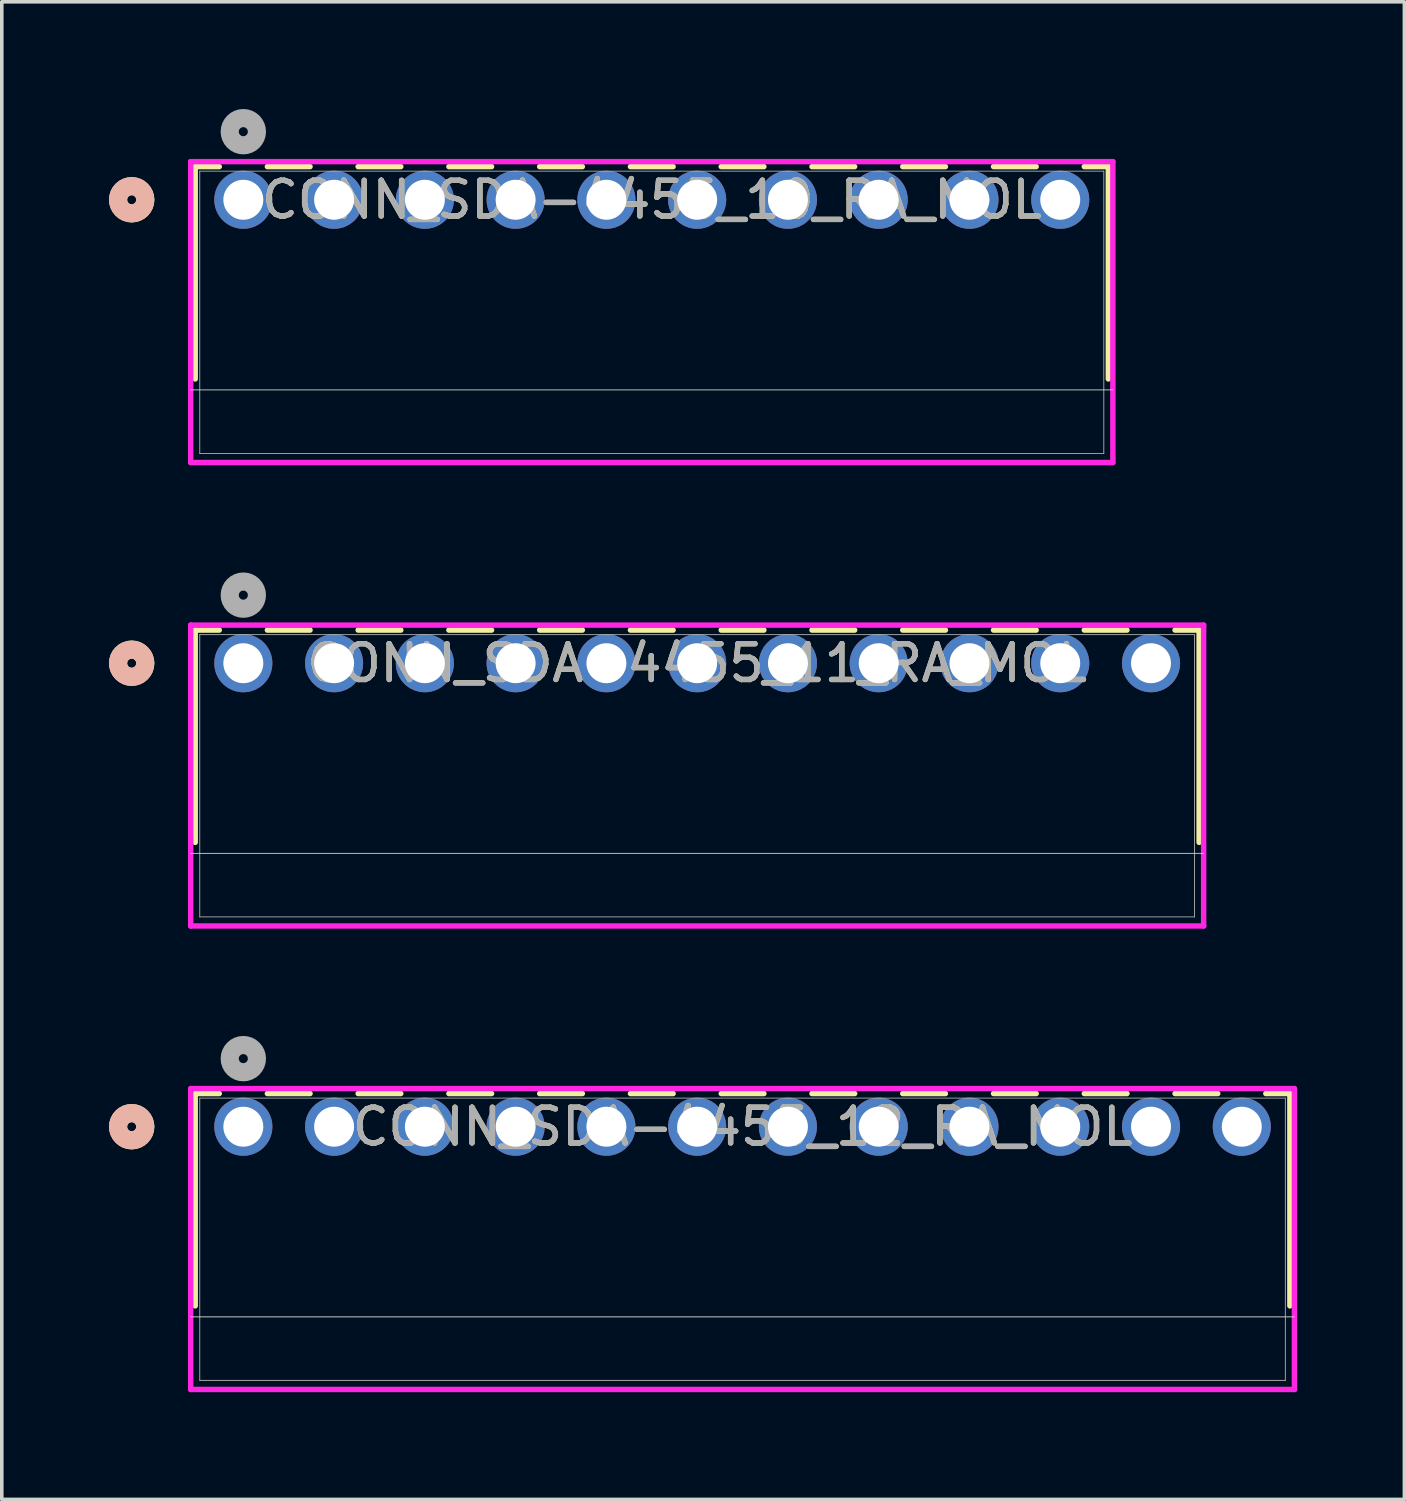
<source format=kicad_pcb>
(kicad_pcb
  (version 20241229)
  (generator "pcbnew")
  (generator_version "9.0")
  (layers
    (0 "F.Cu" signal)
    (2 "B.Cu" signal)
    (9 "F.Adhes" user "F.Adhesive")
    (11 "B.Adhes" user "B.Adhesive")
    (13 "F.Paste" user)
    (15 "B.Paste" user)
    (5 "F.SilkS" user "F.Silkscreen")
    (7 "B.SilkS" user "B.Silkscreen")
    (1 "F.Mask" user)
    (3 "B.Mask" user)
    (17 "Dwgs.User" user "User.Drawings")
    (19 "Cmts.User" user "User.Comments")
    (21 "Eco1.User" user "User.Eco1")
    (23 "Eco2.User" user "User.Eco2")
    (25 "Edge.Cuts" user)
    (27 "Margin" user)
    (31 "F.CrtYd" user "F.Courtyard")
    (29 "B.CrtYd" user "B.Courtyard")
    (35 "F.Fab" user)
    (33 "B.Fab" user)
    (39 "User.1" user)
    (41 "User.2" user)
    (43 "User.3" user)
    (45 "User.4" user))
  (footprint "CONN_SDA-4455_12_RA_MOL"
    (layer "F.Cu")
    (at 3.759 28.479)
    (property "Reference" "CONN_SDA-4455_12_RA_MOL" (at 13.97 0 0) (unlocked yes) (layer "F.SilkS") (effects (font (size 1 1) (thickness 0.15))))
    (attr through_hole)
    (fp_line (start -1.346 -0.927) (end -1.346 5.014) (stroke (width 0.152) (type solid)) (layer "F.SilkS"))
    (fp_line (start -0.673 -0.927) (end -1.346 -0.927) (stroke (width 0.152) (type solid)) (layer "F.SilkS"))
    (fp_line (start 1.867 -0.927) (end 0.673 -0.927) (stroke (width 0.152) (type solid)) (layer "F.SilkS"))
    (fp_line (start 4.407 -0.927) (end 3.213 -0.927) (stroke (width 0.152) (type solid)) (layer "F.SilkS"))
    (fp_line (start 6.947 -0.927) (end 5.753 -0.927) (stroke (width 0.152) (type solid)) (layer "F.SilkS"))
    (fp_line (start 9.487 -0.927) (end 8.293 -0.927) (stroke (width 0.152) (type solid)) (layer "F.SilkS"))
    (fp_line (start 12.027 -0.927) (end 10.833 -0.927) (stroke (width 0.152) (type solid)) (layer "F.SilkS"))
    (fp_line (start 14.567 -0.927) (end 13.373 -0.927) (stroke (width 0.152) (type solid)) (layer "F.SilkS"))
    (fp_line (start 17.107 -0.927) (end 15.913 -0.927) (stroke (width 0.152) (type solid)) (layer "F.SilkS"))
    (fp_line (start 19.647 -0.927) (end 18.453 -0.927) (stroke (width 0.152) (type solid)) (layer "F.SilkS"))
    (fp_line (start 22.187 -0.927) (end 20.993 -0.927) (stroke (width 0.152) (type solid)) (layer "F.SilkS"))
    (fp_line (start 24.727 -0.927) (end 23.533 -0.927) (stroke (width 0.152) (type solid)) (layer "F.SilkS"))
    (fp_line (start 27.267 -0.927) (end 26.073 -0.927) (stroke (width 0.152) (type solid)) (layer "F.SilkS"))
    (fp_line (start 29.286 -0.927) (end 28.613 -0.927) (stroke (width 0.152) (type solid)) (layer "F.SilkS"))
    (fp_line (start 29.286 5.014) (end 29.286 -0.927) (stroke (width 0.152) (type solid)) (layer "F.SilkS"))
    (fp_circle (center -3.124 0) (end -2.743 0) (stroke (width 0.508) (type solid)) (fill no) (layer "F.SilkS"))
    (fp_circle (center -3.124 0) (end -2.743 0) (stroke (width 0.508) (type solid)) (fill no) (layer "B.SilkS"))
    (fp_line (start -1.473 5.321) (end 29.413 5.321) (stroke (width 0.025) (type solid)) (layer "Edge.Cuts"))
    (fp_line (start -1.473 -1.067) (end -1.473 7.353) (stroke (width 0.152) (type solid)) (layer "F.CrtYd"))
    (fp_line (start -1.473 7.353) (end 29.413 7.353) (stroke (width 0.152) (type solid)) (layer "F.CrtYd"))
    (fp_line (start 29.413 -1.067) (end -1.473 -1.067) (stroke (width 0.152) (type solid)) (layer "F.CrtYd"))
    (fp_line (start 29.413 7.353) (end 29.413 -1.067) (stroke (width 0.152) (type solid)) (layer "F.CrtYd"))
    (fp_line (start -1.219 -0.8) (end -1.219 7.099) (stroke (width 0.025) (type solid)) (layer "F.Fab"))
    (fp_line (start -1.219 7.099) (end 29.159 7.099) (stroke (width 0.025) (type solid)) (layer "F.Fab"))
    (fp_line (start 29.159 -0.8) (end -1.219 -0.8) (stroke (width 0.025) (type solid)) (layer "F.Fab"))
    (fp_line (start 29.159 7.099) (end 29.159 -0.8) (stroke (width 0.025) (type solid)) (layer "F.Fab"))
    (fp_circle (center 0 -1.905) (end 0.381 -1.905) (stroke (width 0.508) (type solid)) (fill no) (layer "F.Fab"))
    (fp_text user "${REFERENCE}" (at 13.97 0 0) (unlocked yes) (layer "F.Fab") (effects (font (size 1 1) (thickness 0.15))))
    (pad "1" thru_hole circle (at 0 0) (size 1.626 1.626) (drill 1.118) (layers "*.Cu" "*.Mask"))
    (pad "2" thru_hole circle (at 2.54 0) (size 1.626 1.626) (drill 1.118) (layers "*.Cu" "*.Mask"))
    (pad "3" thru_hole circle (at 5.08 0) (size 1.626 1.626) (drill 1.118) (layers "*.Cu" "*.Mask"))
    (pad "4" thru_hole circle (at 7.62 0) (size 1.626 1.626) (drill 1.118) (layers "*.Cu" "*.Mask"))
    (pad "5" thru_hole circle (at 10.16 0) (size 1.626 1.626) (drill 1.118) (layers "*.Cu" "*.Mask"))
    (pad "6" thru_hole circle (at 12.7 0) (size 1.626 1.626) (drill 1.118) (layers "*.Cu" "*.Mask"))
    (pad "7" thru_hole circle (at 15.24 0) (size 1.626 1.626) (drill 1.118) (layers "*.Cu" "*.Mask"))
    (pad "8" thru_hole circle (at 17.78 0) (size 1.626 1.626) (drill 1.118) (layers "*.Cu" "*.Mask"))
    (pad "9" thru_hole circle (at 20.32 0) (size 1.626 1.626) (drill 1.118) (layers "*.Cu" "*.Mask"))
    (pad "10" thru_hole circle (at 22.86 0) (size 1.626 1.626) (drill 1.118) (layers "*.Cu" "*.Mask"))
    (pad "11" thru_hole circle (at 25.4 0) (size 1.626 1.626) (drill 1.118) (layers "*.Cu" "*.Mask"))
    (pad "12" thru_hole circle (at 27.94 0) (size 1.626 1.626) (drill 1.118) (layers "*.Cu" "*.Mask")))
  (footprint "CONN_SDA-4455_11_RA_MOL"
    (layer "F.Cu")
    (at 3.759 15.509)
    (property "Reference" "CONN_SDA-4455_11_RA_MOL" (at 12.7 0 0) (unlocked yes) (layer "F.SilkS") (effects (font (size 1 1) (thickness 0.15))))
    (attr through_hole)
    (fp_line (start -1.346 -0.927) (end -1.346 5.014) (stroke (width 0.152) (type solid)) (layer "F.SilkS"))
    (fp_line (start -0.673 -0.927) (end -1.346 -0.927) (stroke (width 0.152) (type solid)) (layer "F.SilkS"))
    (fp_line (start 1.867 -0.927) (end 0.673 -0.927) (stroke (width 0.152) (type solid)) (layer "F.SilkS"))
    (fp_line (start 4.407 -0.927) (end 3.213 -0.927) (stroke (width 0.152) (type solid)) (layer "F.SilkS"))
    (fp_line (start 6.947 -0.927) (end 5.753 -0.927) (stroke (width 0.152) (type solid)) (layer "F.SilkS"))
    (fp_line (start 9.487 -0.927) (end 8.293 -0.927) (stroke (width 0.152) (type solid)) (layer "F.SilkS"))
    (fp_line (start 12.027 -0.927) (end 10.833 -0.927) (stroke (width 0.152) (type solid)) (layer "F.SilkS"))
    (fp_line (start 14.567 -0.927) (end 13.373 -0.927) (stroke (width 0.152) (type solid)) (layer "F.SilkS"))
    (fp_line (start 17.107 -0.927) (end 15.913 -0.927) (stroke (width 0.152) (type solid)) (layer "F.SilkS"))
    (fp_line (start 19.647 -0.927) (end 18.453 -0.927) (stroke (width 0.152) (type solid)) (layer "F.SilkS"))
    (fp_line (start 22.187 -0.927) (end 20.993 -0.927) (stroke (width 0.152) (type solid)) (layer "F.SilkS"))
    (fp_line (start 24.727 -0.927) (end 23.533 -0.927) (stroke (width 0.152) (type solid)) (layer "F.SilkS"))
    (fp_line (start 26.746 -0.927) (end 26.073 -0.927) (stroke (width 0.152) (type solid)) (layer "F.SilkS"))
    (fp_line (start 26.746 5.014) (end 26.746 -0.927) (stroke (width 0.152) (type solid)) (layer "F.SilkS"))
    (fp_circle (center -3.124 0) (end -2.743 0) (stroke (width 0.508) (type solid)) (fill no) (layer "F.SilkS"))
    (fp_circle (center -3.124 0) (end -2.743 0) (stroke (width 0.508) (type solid)) (fill no) (layer "B.SilkS"))
    (fp_line (start -1.473 5.321) (end 26.873 5.321) (stroke (width 0.025) (type solid)) (layer "Edge.Cuts"))
    (fp_line (start -1.473 -1.067) (end -1.473 7.353) (stroke (width 0.152) (type solid)) (layer "F.CrtYd"))
    (fp_line (start -1.473 7.353) (end 26.873 7.353) (stroke (width 0.152) (type solid)) (layer "F.CrtYd"))
    (fp_line (start 26.873 -1.067) (end -1.473 -1.067) (stroke (width 0.152) (type solid)) (layer "F.CrtYd"))
    (fp_line (start 26.873 7.353) (end 26.873 -1.067) (stroke (width 0.152) (type solid)) (layer "F.CrtYd"))
    (fp_line (start -1.219 -0.8) (end -1.219 7.099) (stroke (width 0.025) (type solid)) (layer "F.Fab"))
    (fp_line (start -1.219 7.099) (end 26.619 7.099) (stroke (width 0.025) (type solid)) (layer "F.Fab"))
    (fp_line (start 26.619 -0.8) (end -1.219 -0.8) (stroke (width 0.025) (type solid)) (layer "F.Fab"))
    (fp_line (start 26.619 7.099) (end 26.619 -0.8) (stroke (width 0.025) (type solid)) (layer "F.Fab"))
    (fp_circle (center 0 -1.905) (end 0.381 -1.905) (stroke (width 0.508) (type solid)) (fill no) (layer "F.Fab"))
    (fp_text user "${REFERENCE}" (at 12.7 0 0) (unlocked yes) (layer "F.Fab") (effects (font (size 1 1) (thickness 0.15))))
    (pad "1" thru_hole circle (at 0 0) (size 1.626 1.626) (drill 1.118) (layers "*.Cu" "*.Mask"))
    (pad "2" thru_hole circle (at 2.54 0) (size 1.626 1.626) (drill 1.118) (layers "*.Cu" "*.Mask"))
    (pad "3" thru_hole circle (at 5.08 0) (size 1.626 1.626) (drill 1.118) (layers "*.Cu" "*.Mask"))
    (pad "4" thru_hole circle (at 7.62 0) (size 1.626 1.626) (drill 1.118) (layers "*.Cu" "*.Mask"))
    (pad "5" thru_hole circle (at 10.16 0) (size 1.626 1.626) (drill 1.118) (layers "*.Cu" "*.Mask"))
    (pad "6" thru_hole circle (at 12.7 0) (size 1.626 1.626) (drill 1.118) (layers "*.Cu" "*.Mask"))
    (pad "7" thru_hole circle (at 15.24 0) (size 1.626 1.626) (drill 1.118) (layers "*.Cu" "*.Mask"))
    (pad "8" thru_hole circle (at 17.78 0) (size 1.626 1.626) (drill 1.118) (layers "*.Cu" "*.Mask"))
    (pad "9" thru_hole circle (at 20.32 0) (size 1.626 1.626) (drill 1.118) (layers "*.Cu" "*.Mask"))
    (pad "10" thru_hole circle (at 22.86 0) (size 1.626 1.626) (drill 1.118) (layers "*.Cu" "*.Mask"))
    (pad "11" thru_hole circle (at 25.4 0) (size 1.626 1.626) (drill 1.118) (layers "*.Cu" "*.Mask")))
  (footprint "CONN_SDA-4455_10_RA_MOL"
    (layer "F.Cu")
    (at 3.759 2.54)
    (property "Reference" "CONN_SDA-4455_10_RA_MOL" (at 11.43 0 0) (unlocked yes) (layer "F.SilkS") (effects (font (size 1 1) (thickness 0.15))))
    (attr through_hole)
    (fp_line (start -1.346 -0.927) (end -1.346 5.014) (stroke (width 0.152) (type solid)) (layer "F.SilkS"))
    (fp_line (start -0.673 -0.927) (end -1.346 -0.927) (stroke (width 0.152) (type solid)) (layer "F.SilkS"))
    (fp_line (start 1.867 -0.927) (end 0.673 -0.927) (stroke (width 0.152) (type solid)) (layer "F.SilkS"))
    (fp_line (start 4.407 -0.927) (end 3.213 -0.927) (stroke (width 0.152) (type solid)) (layer "F.SilkS"))
    (fp_line (start 6.947 -0.927) (end 5.753 -0.927) (stroke (width 0.152) (type solid)) (layer "F.SilkS"))
    (fp_line (start 9.487 -0.927) (end 8.293 -0.927) (stroke (width 0.152) (type solid)) (layer "F.SilkS"))
    (fp_line (start 12.027 -0.927) (end 10.833 -0.927) (stroke (width 0.152) (type solid)) (layer "F.SilkS"))
    (fp_line (start 14.567 -0.927) (end 13.373 -0.927) (stroke (width 0.152) (type solid)) (layer "F.SilkS"))
    (fp_line (start 17.107 -0.927) (end 15.913 -0.927) (stroke (width 0.152) (type solid)) (layer "F.SilkS"))
    (fp_line (start 19.647 -0.927) (end 18.453 -0.927) (stroke (width 0.152) (type solid)) (layer "F.SilkS"))
    (fp_line (start 22.187 -0.927) (end 20.993 -0.927) (stroke (width 0.152) (type solid)) (layer "F.SilkS"))
    (fp_line (start 24.206 -0.927) (end 23.533 -0.927) (stroke (width 0.152) (type solid)) (layer "F.SilkS"))
    (fp_line (start 24.206 5.014) (end 24.206 -0.927) (stroke (width 0.152) (type solid)) (layer "F.SilkS"))
    (fp_circle (center -3.124 0) (end -2.743 0) (stroke (width 0.508) (type solid)) (fill no) (layer "F.SilkS"))
    (fp_circle (center -3.124 0) (end -2.743 0) (stroke (width 0.508) (type solid)) (fill no) (layer "B.SilkS"))
    (fp_line (start -1.473 5.321) (end 24.333 5.321) (stroke (width 0.025) (type solid)) (layer "Edge.Cuts"))
    (fp_line (start -1.473 -1.067) (end -1.473 7.353) (stroke (width 0.152) (type solid)) (layer "F.CrtYd"))
    (fp_line (start -1.473 7.353) (end 24.333 7.353) (stroke (width 0.152) (type solid)) (layer "F.CrtYd"))
    (fp_line (start 24.333 -1.067) (end -1.473 -1.067) (stroke (width 0.152) (type solid)) (layer "F.CrtYd"))
    (fp_line (start 24.333 7.353) (end 24.333 -1.067) (stroke (width 0.152) (type solid)) (layer "F.CrtYd"))
    (fp_line (start -1.219 -0.8) (end -1.219 7.099) (stroke (width 0.025) (type solid)) (layer "F.Fab"))
    (fp_line (start -1.219 7.099) (end 24.079 7.099) (stroke (width 0.025) (type solid)) (layer "F.Fab"))
    (fp_line (start 24.079 -0.8) (end -1.219 -0.8) (stroke (width 0.025) (type solid)) (layer "F.Fab"))
    (fp_line (start 24.079 7.099) (end 24.079 -0.8) (stroke (width 0.025) (type solid)) (layer "F.Fab"))
    (fp_circle (center 0 -1.905) (end 0.381 -1.905) (stroke (width 0.508) (type solid)) (fill no) (layer "F.Fab"))
    (fp_text user "${REFERENCE}" (at 11.43 0 0) (unlocked yes) (layer "F.Fab") (effects (font (size 1 1) (thickness 0.15))))
    (pad "1" thru_hole circle (at 0 0) (size 1.626 1.626) (drill 1.118) (layers "*.Cu" "*.Mask"))
    (pad "2" thru_hole circle (at 2.54 0) (size 1.626 1.626) (drill 1.118) (layers "*.Cu" "*.Mask"))
    (pad "3" thru_hole circle (at 5.08 0) (size 1.626 1.626) (drill 1.118) (layers "*.Cu" "*.Mask"))
    (pad "4" thru_hole circle (at 7.62 0) (size 1.626 1.626) (drill 1.118) (layers "*.Cu" "*.Mask"))
    (pad "5" thru_hole circle (at 10.16 0) (size 1.626 1.626) (drill 1.118) (layers "*.Cu" "*.Mask"))
    (pad "6" thru_hole circle (at 12.7 0) (size 1.626 1.626) (drill 1.118) (layers "*.Cu" "*.Mask"))
    (pad "7" thru_hole circle (at 15.24 0) (size 1.626 1.626) (drill 1.118) (layers "*.Cu" "*.Mask"))
    (pad "8" thru_hole circle (at 17.78 0) (size 1.626 1.626) (drill 1.118) (layers "*.Cu" "*.Mask"))
    (pad "9" thru_hole circle (at 20.32 0) (size 1.626 1.626) (drill 1.118) (layers "*.Cu" "*.Mask"))
    (pad "10" thru_hole circle (at 22.86 0) (size 1.626 1.626) (drill 1.118) (layers "*.Cu" "*.Mask")))
  (gr_rect
    (start -3 -3)
    (end 36.249 38.908)
    (stroke (width 0.1) (type default))
    (fill no)
    (layer "Edge.Cuts")))
</source>
